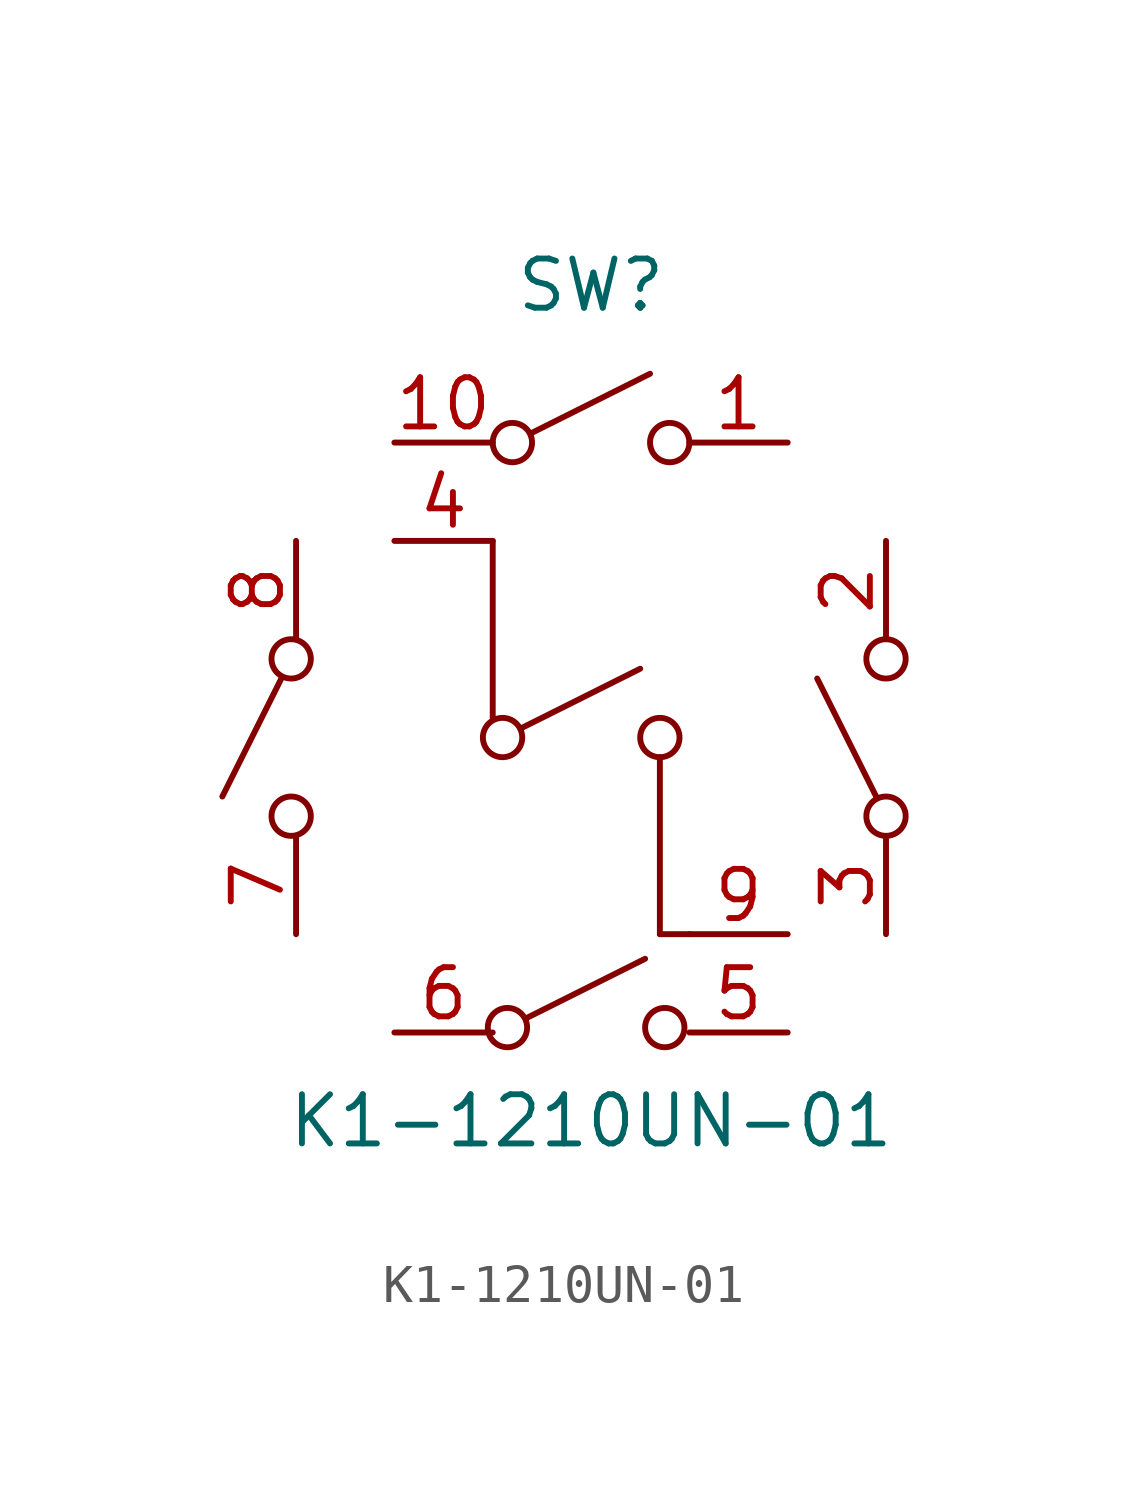
<source format=kicad_sym>
(kicad_symbol_lib
  (version 20241209)
  (generator "kicad_symbol_editor")
  (generator_version "9.0")
  (symbol "K1-1210UN-01"
    (pin_names
      (offset 0.002)
      (hide yes))
    (property "Reference" "SW"
      (at 0 11.684 0)
      (effects (font (size 1.27 1.27))))
    (property "Value" "K1-1210UN-01"
      (at 0 -9.906 0)
      (effects (font (size 1.27 1.27))))
    (symbol "K1-1210UN-01_0_0"
      (polyline (pts (xy -8.001 1.524) (xy -9.525 -1.524)) (stroke (width 0) (type default)) (fill (type none)))
      (circle (center -7.747 2.032) (radius 0.508) (stroke (width 0) (type default)) (fill (type none)))
      (circle (center -7.747 -2.032) (radius 0.508) (stroke (width 0) (type default)) (fill (type none)))
      (circle (center -2.286 0) (radius 0.508) (stroke (width 0) (type default)) (fill (type none)))
      (circle (center -2.159 -7.493) (radius 0.508) (stroke (width 0) (type default)) (fill (type none)))
      (circle (center -2.032 7.62) (radius 0.508) (stroke (width 0) (type default)) (fill (type none)))
      (polyline (pts (xy -1.778 0.254) (xy 1.27 1.778)) (stroke (width 0) (type default)) (fill (type none)))
      (polyline (pts (xy -1.651 -7.239) (xy 1.397 -5.715)) (stroke (width 0) (type default)) (fill (type none)))
      (polyline (pts (xy -1.524 7.874) (xy 1.524 9.398)) (stroke (width 0) (type default)) (fill (type none)))
      (circle (center 1.778 0) (radius 0.508) (stroke (width 0) (type default)) (fill (type none)))
      (circle (center 1.905 -7.493) (radius 0.508) (stroke (width 0) (type default)) (fill (type none)))
      (circle (center 2.032 7.62) (radius 0.508) (stroke (width 0) (type default)) (fill (type none)))
      (polyline (pts (xy 7.366 -1.524) (xy 5.842 1.524)) (stroke (width 0) (type default)) (fill (type none)))
      (circle (center 7.62 2.032) (radius 0.508) (stroke (width 0) (type default)) (fill (type none)))
      (circle (center 7.62 -2.032) (radius 0.508) (stroke (width 0) (type default)) (fill (type none))))
    (symbol "K1-1210UN-01_0_1"
      (polyline (pts (xy -2.54 5.08) (xy -2.54 0.508)) (stroke (width 0) (type default)) (fill (type none)))
      (polyline (pts (xy 1.778 -0.508) (xy 1.778 -5.08)) (stroke (width 0) (type default)) (fill (type none)))
      (polyline (pts (xy 1.778 -5.08) (xy 2.54 -5.08)) (stroke (width 0) (type default)) (fill (type none))))
    (symbol "K1-1210UN-01_1_0"
      (pin passive line (at -7.62 5.08 270) (length 2.54) (name "E2" (effects (font (size 1.27 1.27)))) (number "8" (effects (font (size 1.27 1.27)))))
      (pin passive line (at -7.62 -5.08 90) (length 2.54) (name "E1" (effects (font (size 1.27 1.27)))) (number "7" (effects (font (size 1.27 1.27)))))
      (pin passive line (at -5.08 7.62 0) (length 2.54) (name "A2" (effects (font (size 1.27 1.27)))) (number "10" (effects (font (size 1.27 1.27)))))
      (pin passive line (at -5.08 5.08 0) (length 2.54) (name "C1" (effects (font (size 1.27 1.27)))) (number "4" (effects (font (size 1.27 1.27)))))
      (pin passive line (at -5.08 -7.62 0) (length 2.54) (name "D2" (effects (font (size 1.27 1.27)))) (number "6" (effects (font (size 1.27 1.27)))))
      (pin passive line (at 5.08 -5.08 180) (length 2.54) (name "C2" (effects (font (size 1.27 1.27)))) (number "9" (effects (font (size 1.27 1.27)))))
      (pin passive line (at 5.08 -7.62 180) (length 2.54) (name "D1" (effects (font (size 1.27 1.27)))) (number "5" (effects (font (size 1.27 1.27)))))
      (pin passive line (at 7.62 -5.08 90) (length 2.54) (name "B2" (effects (font (size 1.27 1.27)))) (number "3" (effects (font (size 1.27 1.27))))))
    (symbol "K1-1210UN-01_1_1"
      (pin passive line (at 5.08 7.62 180) (length 2.54) (name "A1" (effects (font (size 1.27 1.27)))) (number "1" (effects (font (size 1.27 1.27)))))
      (pin passive line (at 7.62 5.08 270) (length 2.54) (name "B1" (effects (font (size 1.27 1.27)))) (number "2" (effects (font (size 1.27 1.27))))))))
</source>
